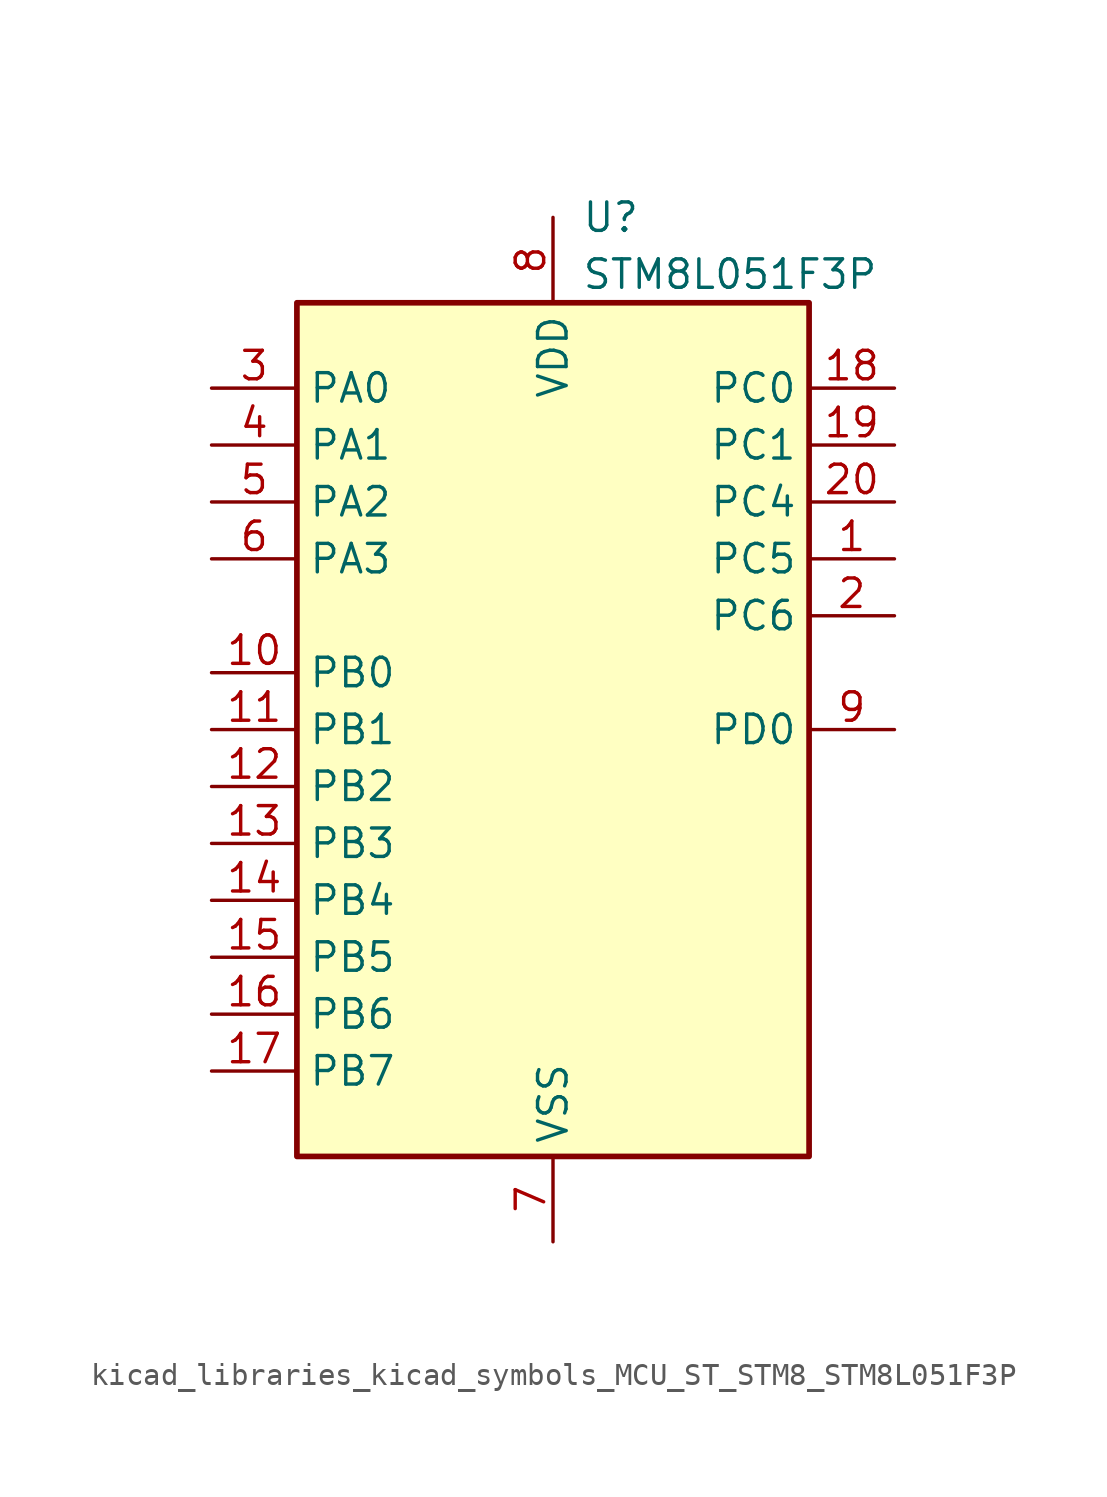
<source format=kicad_sym>
(kicad_symbol_lib
  (version 20220914)
  (generator kicad_symbol_editor)
  (symbol "kicad_libraries_kicad_symbols_MCU_ST_STM8_STM8L051F3P"
    (property "Reference" "U"
      (at 1.27 22.86 0)
      (effects (font (size 1.27 1.27)) (justify left)))
    (property "Value" "STM8L051F3P"
      (at 1.27 20.32 0)
      (effects (font (size 1.27 1.27)) (justify left)))
    (symbol "kicad_libraries_kicad_symbols_MCU_ST_STM8_STM8L051F3P_0_1"
      (rectangle (start -11.43 19.05) (end 11.43 -19.05) (stroke (width 0.254) (type default)) (fill (type background))))
    (symbol "kicad_libraries_kicad_symbols_MCU_ST_STM8_STM8L051F3P_1_1"
      (pin bidirectional line (at 15.24 7.62 180) (length 3.81) (name "PC5" (effects (font (size 1.27 1.27)))) (number "1" (effects (font (size 1.27 1.27)))))
      (pin bidirectional line (at -15.24 2.54 0) (length 3.81) (name "PB0" (effects (font (size 1.27 1.27)))) (number "10" (effects (font (size 1.27 1.27)))))
      (pin bidirectional line (at -15.24 0 0) (length 3.81) (name "PB1" (effects (font (size 1.27 1.27)))) (number "11" (effects (font (size 1.27 1.27)))))
      (pin bidirectional line (at -15.24 -2.54 0) (length 3.81) (name "PB2" (effects (font (size 1.27 1.27)))) (number "12" (effects (font (size 1.27 1.27)))))
      (pin bidirectional line (at -15.24 -5.08 0) (length 3.81) (name "PB3" (effects (font (size 1.27 1.27)))) (number "13" (effects (font (size 1.27 1.27)))))
      (pin bidirectional line (at -15.24 -7.62 0) (length 3.81) (name "PB4" (effects (font (size 1.27 1.27)))) (number "14" (effects (font (size 1.27 1.27)))))
      (pin bidirectional line (at -15.24 -10.16 0) (length 3.81) (name "PB5" (effects (font (size 1.27 1.27)))) (number "15" (effects (font (size 1.27 1.27)))))
      (pin bidirectional line (at -15.24 -12.7 0) (length 3.81) (name "PB6" (effects (font (size 1.27 1.27)))) (number "16" (effects (font (size 1.27 1.27)))))
      (pin bidirectional line (at -15.24 -15.24 0) (length 3.81) (name "PB7" (effects (font (size 1.27 1.27)))) (number "17" (effects (font (size 1.27 1.27)))))
      (pin bidirectional line (at 15.24 15.24 180) (length 3.81) (name "PC0" (effects (font (size 1.27 1.27)))) (number "18" (effects (font (size 1.27 1.27)))))
      (pin bidirectional line (at 15.24 12.7 180) (length 3.81) (name "PC1" (effects (font (size 1.27 1.27)))) (number "19" (effects (font (size 1.27 1.27)))))
      (pin bidirectional line (at 15.24 5.08 180) (length 3.81) (name "PC6" (effects (font (size 1.27 1.27)))) (number "2" (effects (font (size 1.27 1.27)))))
      (pin bidirectional line (at 15.24 10.16 180) (length 3.81) (name "PC4" (effects (font (size 1.27 1.27)))) (number "20" (effects (font (size 1.27 1.27)))))
      (pin power_in line (at -15.24 15.24 0) (length 3.81) (name "PA0" (effects (font (size 1.27 1.27)))) (number "3" (effects (font (size 1.27 1.27)))))
      (pin bidirectional line (at -15.24 12.7 0) (length 3.81) (name "PA1" (effects (font (size 1.27 1.27)))) (number "4" (effects (font (size 1.27 1.27)))))
      (pin bidirectional line (at -15.24 10.16 0) (length 3.81) (name "PA2" (effects (font (size 1.27 1.27)))) (number "5" (effects (font (size 1.27 1.27)))))
      (pin bidirectional line (at -15.24 7.62 0) (length 3.81) (name "PA3" (effects (font (size 1.27 1.27)))) (number "6" (effects (font (size 1.27 1.27)))))
      (pin power_in line (at 0 -22.86 90) (length 3.81) (name "VSS" (effects (font (size 1.27 1.27)))) (number "7" (effects (font (size 1.27 1.27)))))
      (pin power_in line (at 0 22.86 270) (length 3.81) (name "VDD" (effects (font (size 1.27 1.27)))) (number "8" (effects (font (size 1.27 1.27)))))
      (pin bidirectional line (at 15.24 0 180) (length 3.81) (name "PD0" (effects (font (size 1.27 1.27)))) (number "9" (effects (font (size 1.27 1.27))))))))
</source>
